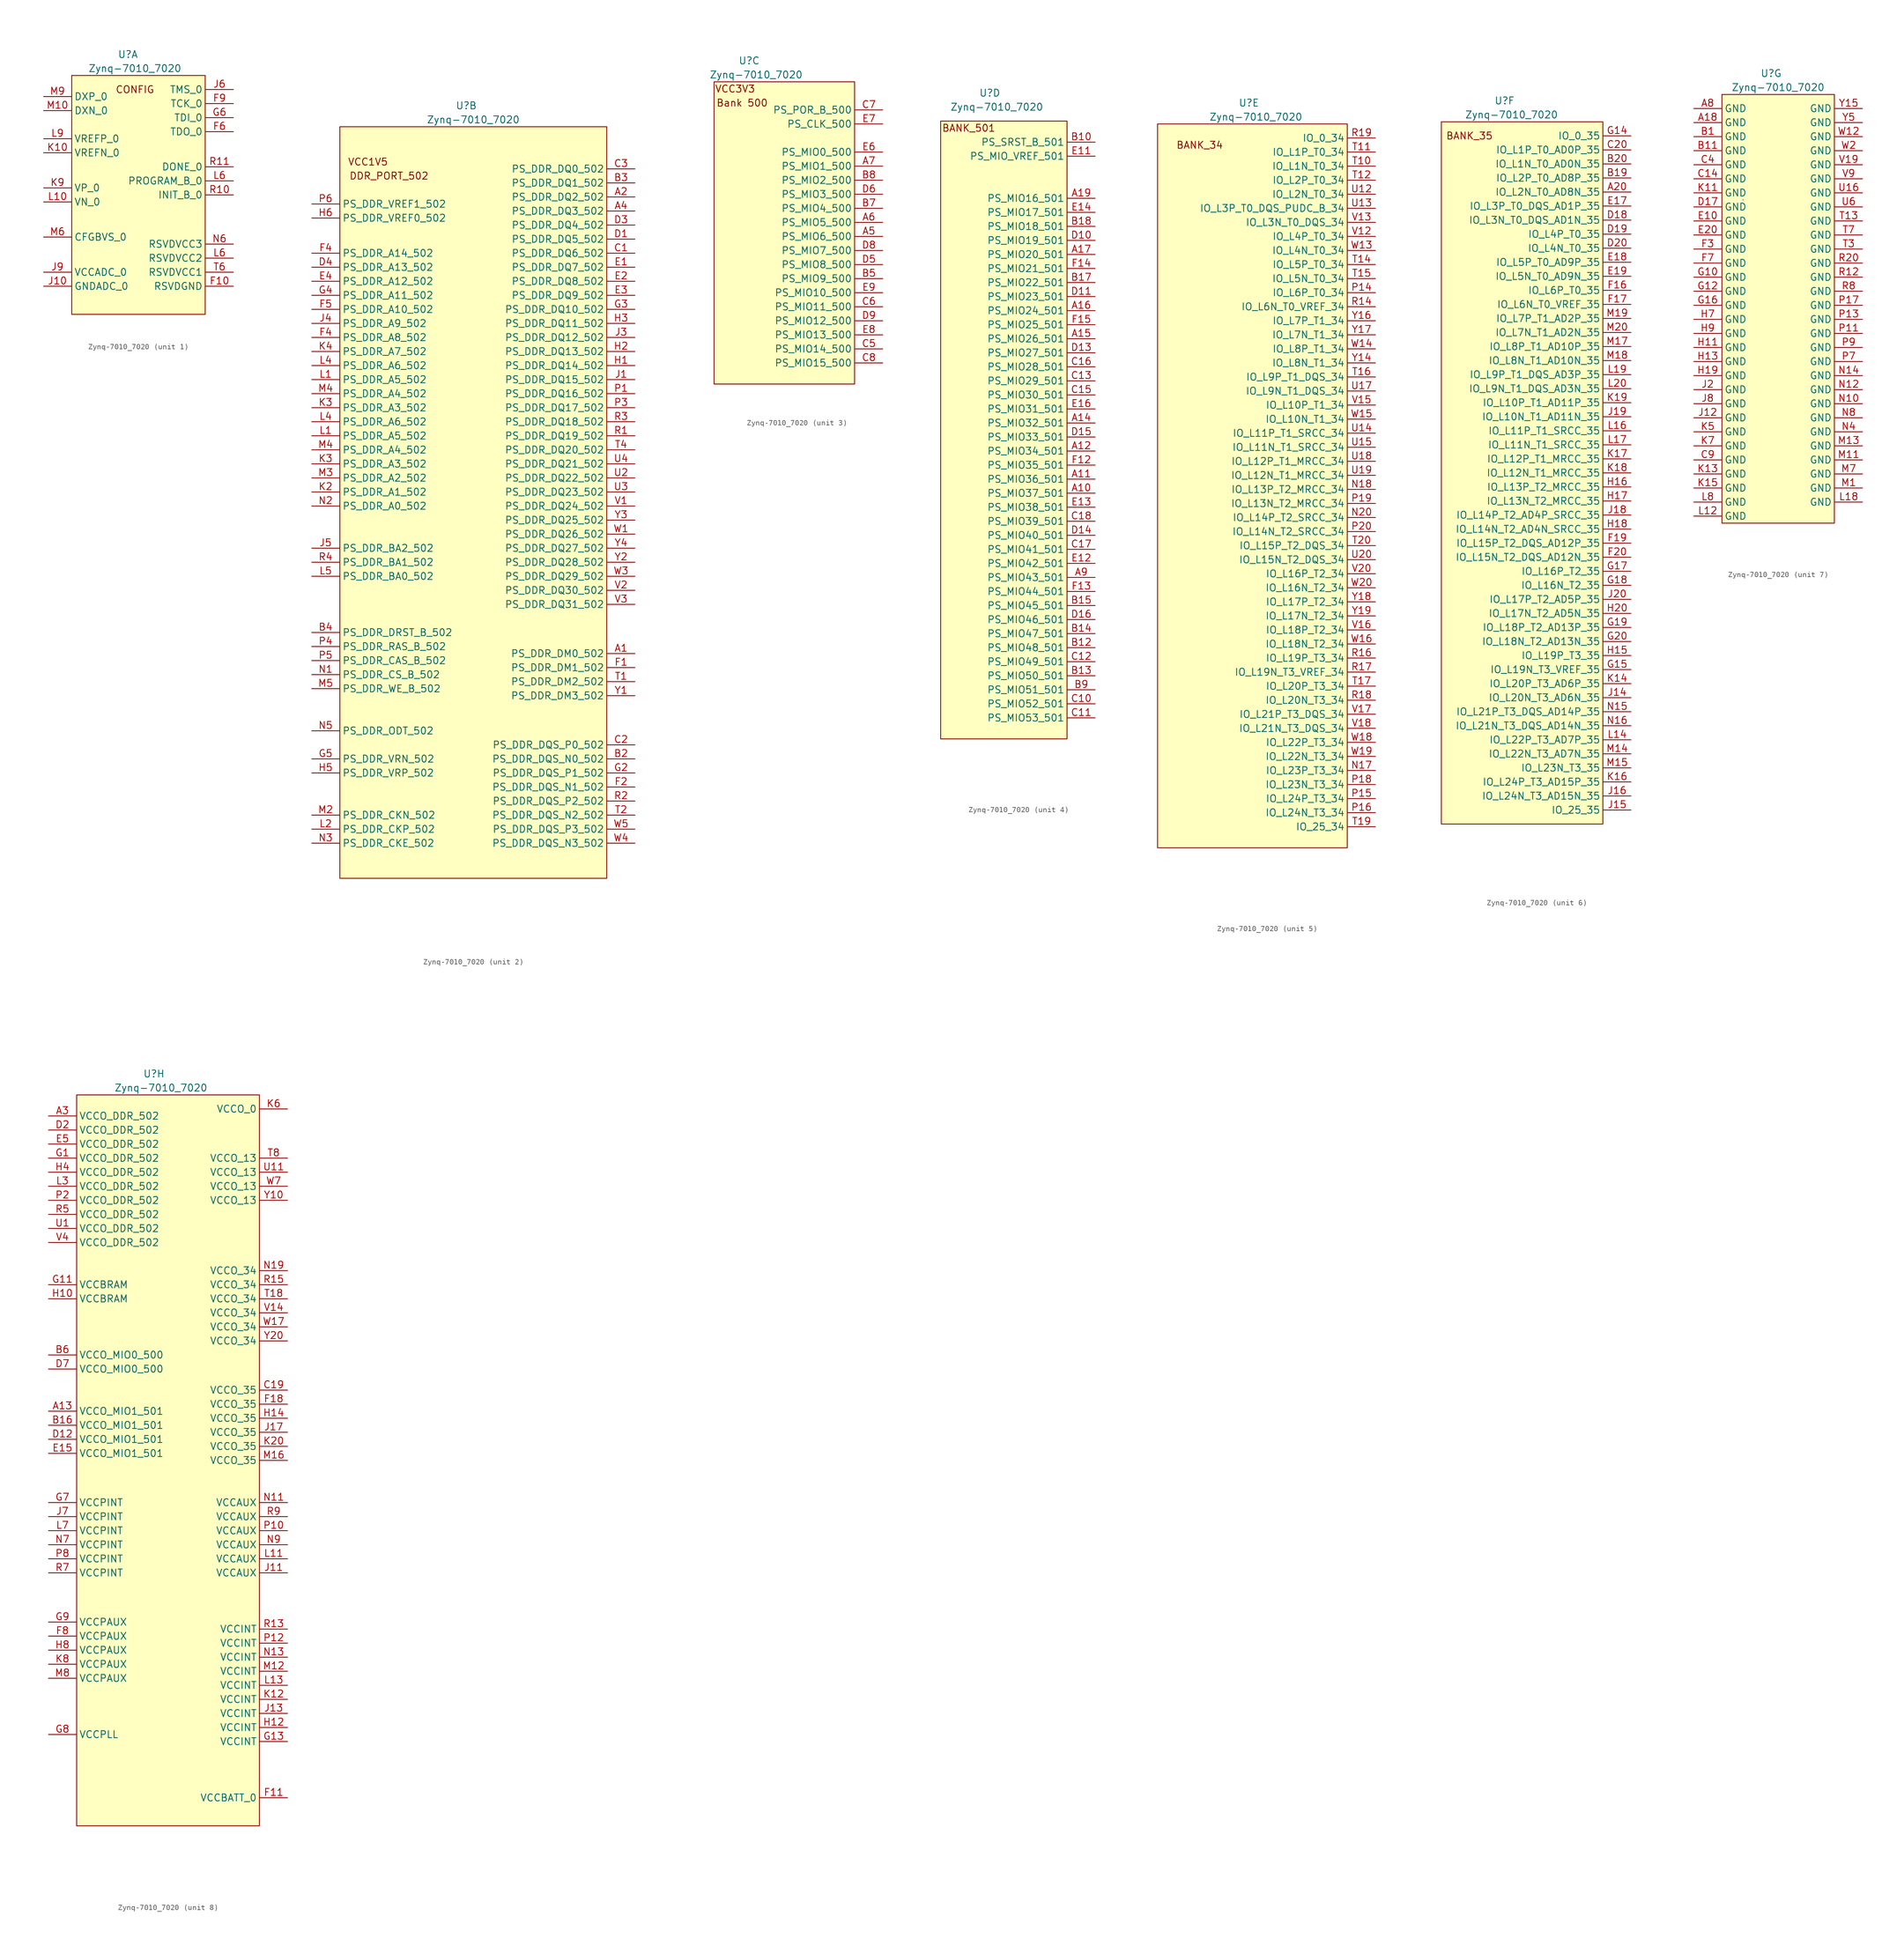
<source format=kicad_sym>
(kicad_symbol_lib
  (version 20211014)
  (generator kicad_symbol_editor)
  (symbol "Zynq-7010_7020"
    (property "Reference" "U"
      (at 0 1.27 0)
      (effects (font (size 1.27 1.27))))
    (property "Value" "Zynq-7010_7020"
      (at 1.27 -1.27 0)
      (effects (font (size 1.27 1.27))))
    (property "ki_locked" ""
      (at 0 0 0)
      (effects (font (size 1.27 1.27))))
    (symbol "Zynq-7010_7020_1_1"
      (rectangle (start -10.16 -2.54) (end 13.97 -45.72) (stroke (width 0.152) (type default) (color 0 0 0 0)) (fill (type background)))
      (text "CONFIG" (at 1.27 -5.08 0) (effects (font (size 1.27 1.27))))
      (pin input line (at 19.05 -40.64 180) (length 5) (name "RSVDGND" (effects (font (size 1.27 1.27)))) (number "F10" (effects (font (size 1.27 1.27)))))
      (pin input line (at 19.05 -12.7 180) (length 5) (name "TDO_0" (effects (font (size 1.27 1.27)))) (number "F6" (effects (font (size 1.27 1.27)))))
      (pin input line (at 19.05 -7.62 180) (length 5) (name "TCK_0" (effects (font (size 1.27 1.27)))) (number "F9" (effects (font (size 1.27 1.27)))))
      (pin input line (at 19.05 -10.16 180) (length 5) (name "TDI_0" (effects (font (size 1.27 1.27)))) (number "G6" (effects (font (size 1.27 1.27)))))
      (pin input line (at -15.24 -40.64 0) (length 5) (name "GNDADC_0" (effects (font (size 1.27 1.27)))) (number "J10" (effects (font (size 1.27 1.27)))))
      (pin input line (at 19.05 -5.08 180) (length 5) (name "TMS_0" (effects (font (size 1.27 1.27)))) (number "J6" (effects (font (size 1.27 1.27)))))
      (pin input line (at -15.24 -38.1 0) (length 5) (name "VCCADC_0" (effects (font (size 1.27 1.27)))) (number "J9" (effects (font (size 1.27 1.27)))))
      (pin input line (at -15.24 -16.51 0) (length 5) (name "VREFN_0" (effects (font (size 1.27 1.27)))) (number "K10" (effects (font (size 1.27 1.27)))))
      (pin input line (at -15.24 -22.86 0) (length 5) (name "VP_0" (effects (font (size 1.27 1.27)))) (number "K9" (effects (font (size 1.27 1.27)))))
      (pin input line (at -15.24 -25.4 0) (length 5) (name "VN_0" (effects (font (size 1.27 1.27)))) (number "L10" (effects (font (size 1.27 1.27)))))
      (pin input line (at 19.05 -21.59 180) (length 5) (name "PROGRAM_B_0" (effects (font (size 1.27 1.27)))) (number "L6" (effects (font (size 1.27 1.27)))))
      (pin input line (at 19.05 -35.56 180) (length 5) (name "RSVDVCC2" (effects (font (size 1.27 1.27)))) (number "L6" (effects (font (size 1.27 1.27)))))
      (pin input line (at -15.24 -13.97 0) (length 5) (name "VREFP_0" (effects (font (size 1.27 1.27)))) (number "L9" (effects (font (size 1.27 1.27)))))
      (pin input line (at -15.24 -8.89 0) (length 5) (name "DXN_0" (effects (font (size 1.27 1.27)))) (number "M10" (effects (font (size 1.27 1.27)))))
      (pin input line (at -15.24 -31.75 0) (length 5) (name "CFGBVS_0" (effects (font (size 1.27 1.27)))) (number "M6" (effects (font (size 1.27 1.27)))))
      (pin input line (at -15.24 -6.35 0) (length 5) (name "DXP_0" (effects (font (size 1.27 1.27)))) (number "M9" (effects (font (size 1.27 1.27)))))
      (pin input line (at 19.05 -33.02 180) (length 5) (name "RSVDVCC3" (effects (font (size 1.27 1.27)))) (number "N6" (effects (font (size 1.27 1.27)))))
      (pin input line (at 19.05 -24.13 180) (length 5) (name "INIT_B_0" (effects (font (size 1.27 1.27)))) (number "R10" (effects (font (size 1.27 1.27)))))
      (pin input line (at 19.05 -19.05 180) (length 5) (name "DONE_0" (effects (font (size 1.27 1.27)))) (number "R11" (effects (font (size 1.27 1.27)))))
      (pin input line (at 19.05 -38.1 180) (length 5) (name "RSVDVCC1" (effects (font (size 1.27 1.27)))) (number "T6" (effects (font (size 1.27 1.27))))))
    (symbol "Zynq-7010_7020_2_0"
      (text "DDR_PORT_502" (at -13.97 -11.43 0) (effects (font (size 1.27 1.27))))
      (text "VCC1V5" (at -17.78 -8.89 0) (effects (font (size 1.27 1.27)))))
    (symbol "Zynq-7010_7020_2_1"
      (rectangle (start -22.86 -2.54) (end 25.4 -138.43) (stroke (width 0.152) (type default) (color 0 0 0 0)) (fill (type background)))
      (pin input line (at 30.48 -97.79 180) (length 5) (name "PS_DDR_DM0_502" (effects (font (size 1.27 1.27)))) (number "A1" (effects (font (size 1.27 1.27)))))
      (pin input line (at 30.48 -15.24 180) (length 5) (name "PS_DDR_DQ2_502" (effects (font (size 1.27 1.27)))) (number "A2" (effects (font (size 1.27 1.27)))))
      (pin input line (at 30.48 -17.78 180) (length 5) (name "PS_DDR_DQ3_502" (effects (font (size 1.27 1.27)))) (number "A4" (effects (font (size 1.27 1.27)))))
      (pin input line (at 30.48 -116.84 180) (length 5) (name "PS_DDR_DQS_N0_502" (effects (font (size 1.27 1.27)))) (number "B2" (effects (font (size 1.27 1.27)))))
      (pin input line (at 30.48 -12.7 180) (length 5) (name "PS_DDR_DQ1_502" (effects (font (size 1.27 1.27)))) (number "B3" (effects (font (size 1.27 1.27)))))
      (pin input line (at -27.94 -93.98 0) (length 5) (name "PS_DDR_DRST_B_502" (effects (font (size 1.27 1.27)))) (number "B4" (effects (font (size 1.27 1.27)))))
      (pin input line (at 30.48 -25.4 180) (length 5) (name "PS_DDR_DQ6_502" (effects (font (size 1.27 1.27)))) (number "C1" (effects (font (size 1.27 1.27)))))
      (pin input line (at 30.48 -114.3 180) (length 5) (name "PS_DDR_DQS_P0_502" (effects (font (size 1.27 1.27)))) (number "C2" (effects (font (size 1.27 1.27)))))
      (pin input line (at 30.48 -10.16 180) (length 5) (name "PS_DDR_DQ0_502" (effects (font (size 1.27 1.27)))) (number "C3" (effects (font (size 1.27 1.27)))))
      (pin input line (at 30.48 -22.86 180) (length 5) (name "PS_DDR_DQ5_502" (effects (font (size 1.27 1.27)))) (number "D1" (effects (font (size 1.27 1.27)))))
      (pin input line (at 30.48 -20.32 180) (length 5) (name "PS_DDR_DQ4_502" (effects (font (size 1.27 1.27)))) (number "D3" (effects (font (size 1.27 1.27)))))
      (pin input line (at -27.94 -27.94 0) (length 5) (name "PS_DDR_A13_502" (effects (font (size 1.27 1.27)))) (number "D4" (effects (font (size 1.27 1.27)))))
      (pin input line (at 30.48 -27.94 180) (length 5) (name "PS_DDR_DQ7_502" (effects (font (size 1.27 1.27)))) (number "E1" (effects (font (size 1.27 1.27)))))
      (pin input line (at 30.48 -30.48 180) (length 5) (name "PS_DDR_DQ8_502" (effects (font (size 1.27 1.27)))) (number "E2" (effects (font (size 1.27 1.27)))))
      (pin input line (at 30.48 -33.02 180) (length 5) (name "PS_DDR_DQ9_502" (effects (font (size 1.27 1.27)))) (number "E3" (effects (font (size 1.27 1.27)))))
      (pin input line (at -27.94 -30.48 0) (length 5) (name "PS_DDR_A12_502" (effects (font (size 1.27 1.27)))) (number "E4" (effects (font (size 1.27 1.27)))))
      (pin input line (at 30.48 -100.33 180) (length 5) (name "PS_DDR_DM1_502" (effects (font (size 1.27 1.27)))) (number "F1" (effects (font (size 1.27 1.27)))))
      (pin input line (at 30.48 -121.92 180) (length 5) (name "PS_DDR_DQS_N1_502" (effects (font (size 1.27 1.27)))) (number "F2" (effects (font (size 1.27 1.27)))))
      (pin input line (at -27.94 -25.4 0) (length 5) (name "PS_DDR_A14_502" (effects (font (size 1.27 1.27)))) (number "F4" (effects (font (size 1.27 1.27)))))
      (pin input line (at -27.94 -40.64 0) (length 5) (name "PS_DDR_A8_502" (effects (font (size 1.27 1.27)))) (number "F4" (effects (font (size 1.27 1.27)))))
      (pin input line (at -27.94 -35.56 0) (length 5) (name "PS_DDR_A10_502" (effects (font (size 1.27 1.27)))) (number "F5" (effects (font (size 1.27 1.27)))))
      (pin input line (at 30.48 -119.38 180) (length 5) (name "PS_DDR_DQS_P1_502" (effects (font (size 1.27 1.27)))) (number "G2" (effects (font (size 1.27 1.27)))))
      (pin input line (at 30.48 -35.56 180) (length 5) (name "PS_DDR_DQ10_502" (effects (font (size 1.27 1.27)))) (number "G3" (effects (font (size 1.27 1.27)))))
      (pin input line (at -27.94 -33.02 0) (length 5) (name "PS_DDR_A11_502" (effects (font (size 1.27 1.27)))) (number "G4" (effects (font (size 1.27 1.27)))))
      (pin input line (at -27.94 -116.84 0) (length 5) (name "PS_DDR_VRN_502" (effects (font (size 1.27 1.27)))) (number "G5" (effects (font (size 1.27 1.27)))))
      (pin input line (at 30.48 -45.72 180) (length 5) (name "PS_DDR_DQ14_502" (effects (font (size 1.27 1.27)))) (number "H1" (effects (font (size 1.27 1.27)))))
      (pin input line (at 30.48 -43.18 180) (length 5) (name "PS_DDR_DQ13_502" (effects (font (size 1.27 1.27)))) (number "H2" (effects (font (size 1.27 1.27)))))
      (pin input line (at 30.48 -38.1 180) (length 5) (name "PS_DDR_DQ11_502" (effects (font (size 1.27 1.27)))) (number "H3" (effects (font (size 1.27 1.27)))))
      (pin input line (at -27.94 -119.38 0) (length 5) (name "PS_DDR_VRP_502" (effects (font (size 1.27 1.27)))) (number "H5" (effects (font (size 1.27 1.27)))))
      (pin input line (at -27.94 -19.05 0) (length 5) (name "PS_DDR_VREF0_502" (effects (font (size 1.27 1.27)))) (number "H6" (effects (font (size 1.27 1.27)))))
      (pin input line (at 30.48 -48.26 180) (length 5) (name "PS_DDR_DQ15_502" (effects (font (size 1.27 1.27)))) (number "J1" (effects (font (size 1.27 1.27)))))
      (pin input line (at 30.48 -40.64 180) (length 5) (name "PS_DDR_DQ12_502" (effects (font (size 1.27 1.27)))) (number "J3" (effects (font (size 1.27 1.27)))))
      (pin input line (at -27.94 -38.1 0) (length 5) (name "PS_DDR_A9_502" (effects (font (size 1.27 1.27)))) (number "J4" (effects (font (size 1.27 1.27)))))
      (pin input line (at -27.94 -78.74 0) (length 5) (name "PS_DDR_BA2_502" (effects (font (size 1.27 1.27)))) (number "J5" (effects (font (size 1.27 1.27)))))
      (pin input line (at -27.94 -68.58 0) (length 5) (name "PS_DDR_A1_502" (effects (font (size 1.27 1.27)))) (number "K2" (effects (font (size 1.27 1.27)))))
      (pin input line (at -27.94 -63.5 0) (length 5) (name "PS_DDR_A3_502" (effects (font (size 1.27 1.27)))) (number "K3" (effects (font (size 1.27 1.27)))))
      (pin input line (at -27.94 -53.34 0) (length 5) (name "PS_DDR_A3_502" (effects (font (size 1.27 1.27)))) (number "K3" (effects (font (size 1.27 1.27)))))
      (pin input line (at -27.94 -43.18 0) (length 5) (name "PS_DDR_A7_502" (effects (font (size 1.27 1.27)))) (number "K4" (effects (font (size 1.27 1.27)))))
      (pin input line (at -27.94 -58.42 0) (length 5) (name "PS_DDR_A5_502" (effects (font (size 1.27 1.27)))) (number "L1" (effects (font (size 1.27 1.27)))))
      (pin input line (at -27.94 -48.26 0) (length 5) (name "PS_DDR_A5_502" (effects (font (size 1.27 1.27)))) (number "L1" (effects (font (size 1.27 1.27)))))
      (pin input line (at -27.94 -129.54 0) (length 5) (name "PS_DDR_CKP_502" (effects (font (size 1.27 1.27)))) (number "L2" (effects (font (size 1.27 1.27)))))
      (pin input line (at -27.94 -55.88 0) (length 5) (name "PS_DDR_A6_502" (effects (font (size 1.27 1.27)))) (number "L4" (effects (font (size 1.27 1.27)))))
      (pin input line (at -27.94 -45.72 0) (length 5) (name "PS_DDR_A6_502" (effects (font (size 1.27 1.27)))) (number "L4" (effects (font (size 1.27 1.27)))))
      (pin input line (at -27.94 -83.82 0) (length 5) (name "PS_DDR_BA0_502" (effects (font (size 1.27 1.27)))) (number "L5" (effects (font (size 1.27 1.27)))))
      (pin input line (at -27.94 -127 0) (length 5) (name "PS_DDR_CKN_502" (effects (font (size 1.27 1.27)))) (number "M2" (effects (font (size 1.27 1.27)))))
      (pin input line (at -27.94 -66.04 0) (length 5) (name "PS_DDR_A2_502" (effects (font (size 1.27 1.27)))) (number "M3" (effects (font (size 1.27 1.27)))))
      (pin input line (at -27.94 -60.96 0) (length 5) (name "PS_DDR_A4_502" (effects (font (size 1.27 1.27)))) (number "M4" (effects (font (size 1.27 1.27)))))
      (pin input line (at -27.94 -50.8 0) (length 5) (name "PS_DDR_A4_502" (effects (font (size 1.27 1.27)))) (number "M4" (effects (font (size 1.27 1.27)))))
      (pin input line (at -27.94 -104.14 0) (length 5) (name "PS_DDR_WE_B_502" (effects (font (size 1.27 1.27)))) (number "M5" (effects (font (size 1.27 1.27)))))
      (pin input line (at -27.94 -101.6 0) (length 5) (name "PS_DDR_CS_B_502" (effects (font (size 1.27 1.27)))) (number "N1" (effects (font (size 1.27 1.27)))))
      (pin input line (at -27.94 -71.12 0) (length 5) (name "PS_DDR_A0_502" (effects (font (size 1.27 1.27)))) (number "N2" (effects (font (size 1.27 1.27)))))
      (pin input line (at -27.94 -132.08 0) (length 5) (name "PS_DDR_CKE_502" (effects (font (size 1.27 1.27)))) (number "N3" (effects (font (size 1.27 1.27)))))
      (pin input line (at -27.94 -111.76 0) (length 5) (name "PS_DDR_ODT_502" (effects (font (size 1.27 1.27)))) (number "N5" (effects (font (size 1.27 1.27)))))
      (pin input line (at 30.48 -50.8 180) (length 5) (name "PS_DDR_DQ16_502" (effects (font (size 1.27 1.27)))) (number "P1" (effects (font (size 1.27 1.27)))))
      (pin input line (at 30.48 -53.34 180) (length 5) (name "PS_DDR_DQ17_502" (effects (font (size 1.27 1.27)))) (number "P3" (effects (font (size 1.27 1.27)))))
      (pin input line (at -27.94 -96.52 0) (length 5) (name "PS_DDR_RAS_B_502" (effects (font (size 1.27 1.27)))) (number "P4" (effects (font (size 1.27 1.27)))))
      (pin input line (at -27.94 -99.06 0) (length 5) (name "PS_DDR_CAS_B_502" (effects (font (size 1.27 1.27)))) (number "P5" (effects (font (size 1.27 1.27)))))
      (pin input line (at -27.94 -16.51 0) (length 5) (name "PS_DDR_VREF1_502" (effects (font (size 1.27 1.27)))) (number "P6" (effects (font (size 1.27 1.27)))))
      (pin input line (at 30.48 -58.42 180) (length 5) (name "PS_DDR_DQ19_502" (effects (font (size 1.27 1.27)))) (number "R1" (effects (font (size 1.27 1.27)))))
      (pin input line (at 30.48 -124.46 180) (length 5) (name "PS_DDR_DQS_P2_502" (effects (font (size 1.27 1.27)))) (number "R2" (effects (font (size 1.27 1.27)))))
      (pin input line (at 30.48 -55.88 180) (length 5) (name "PS_DDR_DQ18_502" (effects (font (size 1.27 1.27)))) (number "R3" (effects (font (size 1.27 1.27)))))
      (pin input line (at -27.94 -81.28 0) (length 5) (name "PS_DDR_BA1_502" (effects (font (size 1.27 1.27)))) (number "R4" (effects (font (size 1.27 1.27)))))
      (pin input line (at 30.48 -102.87 180) (length 5) (name "PS_DDR_DM2_502" (effects (font (size 1.27 1.27)))) (number "T1" (effects (font (size 1.27 1.27)))))
      (pin input line (at 30.48 -127 180) (length 5) (name "PS_DDR_DQS_N2_502" (effects (font (size 1.27 1.27)))) (number "T2" (effects (font (size 1.27 1.27)))))
      (pin input line (at 30.48 -60.96 180) (length 5) (name "PS_DDR_DQ20_502" (effects (font (size 1.27 1.27)))) (number "T4" (effects (font (size 1.27 1.27)))))
      (pin input line (at 30.48 -66.04 180) (length 5) (name "PS_DDR_DQ22_502" (effects (font (size 1.27 1.27)))) (number "U2" (effects (font (size 1.27 1.27)))))
      (pin input line (at 30.48 -68.58 180) (length 5) (name "PS_DDR_DQ23_502" (effects (font (size 1.27 1.27)))) (number "U3" (effects (font (size 1.27 1.27)))))
      (pin input line (at 30.48 -63.5 180) (length 5) (name "PS_DDR_DQ21_502" (effects (font (size 1.27 1.27)))) (number "U4" (effects (font (size 1.27 1.27)))))
      (pin input line (at 30.48 -71.12 180) (length 5) (name "PS_DDR_DQ24_502" (effects (font (size 1.27 1.27)))) (number "V1" (effects (font (size 1.27 1.27)))))
      (pin input line (at 30.48 -86.36 180) (length 5) (name "PS_DDR_DQ30_502" (effects (font (size 1.27 1.27)))) (number "V2" (effects (font (size 1.27 1.27)))))
      (pin input line (at 30.48 -88.9 180) (length 5) (name "PS_DDR_DQ31_502" (effects (font (size 1.27 1.27)))) (number "V3" (effects (font (size 1.27 1.27)))))
      (pin input line (at 30.48 -76.2 180) (length 5) (name "PS_DDR_DQ26_502" (effects (font (size 1.27 1.27)))) (number "W1" (effects (font (size 1.27 1.27)))))
      (pin input line (at 30.48 -83.82 180) (length 5) (name "PS_DDR_DQ29_502" (effects (font (size 1.27 1.27)))) (number "W3" (effects (font (size 1.27 1.27)))))
      (pin input line (at 30.48 -132.08 180) (length 5) (name "PS_DDR_DQS_N3_502" (effects (font (size 1.27 1.27)))) (number "W4" (effects (font (size 1.27 1.27)))))
      (pin input line (at 30.48 -129.54 180) (length 5) (name "PS_DDR_DQS_P3_502" (effects (font (size 1.27 1.27)))) (number "W5" (effects (font (size 1.27 1.27)))))
      (pin input line (at 30.48 -105.41 180) (length 5) (name "PS_DDR_DM3_502" (effects (font (size 1.27 1.27)))) (number "Y1" (effects (font (size 1.27 1.27)))))
      (pin input line (at 30.48 -81.28 180) (length 5) (name "PS_DDR_DQ28_502" (effects (font (size 1.27 1.27)))) (number "Y2" (effects (font (size 1.27 1.27)))))
      (pin input line (at 30.48 -73.66 180) (length 5) (name "PS_DDR_DQ25_502" (effects (font (size 1.27 1.27)))) (number "Y3" (effects (font (size 1.27 1.27)))))
      (pin input line (at 30.48 -78.74 180) (length 5) (name "PS_DDR_DQ27_502" (effects (font (size 1.27 1.27)))) (number "Y4" (effects (font (size 1.27 1.27))))))
    (symbol "Zynq-7010_7020_3_0"
      (text "Bank 500" (at -1.27 -6.35 0) (effects (font (size 1.27 1.27))))
      (text "VCC3V3" (at -2.54 -3.81 0) (effects (font (size 1.27 1.27)))))
    (symbol "Zynq-7010_7020_3_1"
      (rectangle (start -6.35 -2.54) (end 19.05 -57.15) (stroke (width 0.152) (type default) (color 0 0 0 0)) (fill (type background)))
      (pin input line (at 24.13 -30.48 180) (length 5) (name "PS_MIO6_500" (effects (font (size 1.27 1.27)))) (number "A5" (effects (font (size 1.27 1.27)))))
      (pin input line (at 24.13 -27.94 180) (length 5) (name "PS_MIO5_500" (effects (font (size 1.27 1.27)))) (number "A6" (effects (font (size 1.27 1.27)))))
      (pin input line (at 24.13 -17.78 180) (length 5) (name "PS_MIO1_500" (effects (font (size 1.27 1.27)))) (number "A7" (effects (font (size 1.27 1.27)))))
      (pin input line (at 24.13 -38.1 180) (length 5) (name "PS_MIO9_500" (effects (font (size 1.27 1.27)))) (number "B5" (effects (font (size 1.27 1.27)))))
      (pin input line (at 24.13 -25.4 180) (length 5) (name "PS_MIO4_500" (effects (font (size 1.27 1.27)))) (number "B7" (effects (font (size 1.27 1.27)))))
      (pin input line (at 24.13 -20.32 180) (length 5) (name "PS_MIO2_500" (effects (font (size 1.27 1.27)))) (number "B8" (effects (font (size 1.27 1.27)))))
      (pin input line (at 24.13 -50.8 180) (length 5) (name "PS_MIO14_500" (effects (font (size 1.27 1.27)))) (number "C5" (effects (font (size 1.27 1.27)))))
      (pin input line (at 24.13 -43.18 180) (length 5) (name "PS_MIO11_500" (effects (font (size 1.27 1.27)))) (number "C6" (effects (font (size 1.27 1.27)))))
      (pin input line (at 24.13 -7.62 180) (length 5) (name "PS_POR_B_500" (effects (font (size 1.27 1.27)))) (number "C7" (effects (font (size 1.27 1.27)))))
      (pin input line (at 24.13 -53.34 180) (length 5) (name "PS_MIO15_500" (effects (font (size 1.27 1.27)))) (number "C8" (effects (font (size 1.27 1.27)))))
      (pin input line (at 24.13 -35.56 180) (length 5) (name "PS_MIO8_500" (effects (font (size 1.27 1.27)))) (number "D5" (effects (font (size 1.27 1.27)))))
      (pin input line (at 24.13 -22.86 180) (length 5) (name "PS_MIO3_500" (effects (font (size 1.27 1.27)))) (number "D6" (effects (font (size 1.27 1.27)))))
      (pin input line (at 24.13 -33.02 180) (length 5) (name "PS_MIO7_500" (effects (font (size 1.27 1.27)))) (number "D8" (effects (font (size 1.27 1.27)))))
      (pin input line (at 24.13 -45.72 180) (length 5) (name "PS_MIO12_500" (effects (font (size 1.27 1.27)))) (number "D9" (effects (font (size 1.27 1.27)))))
      (pin input line (at 24.13 -15.24 180) (length 5) (name "PS_MIO0_500" (effects (font (size 1.27 1.27)))) (number "E6" (effects (font (size 1.27 1.27)))))
      (pin input line (at 24.13 -10.16 180) (length 5) (name "PS_CLK_500" (effects (font (size 1.27 1.27)))) (number "E7" (effects (font (size 1.27 1.27)))))
      (pin input line (at 24.13 -48.26 180) (length 5) (name "PS_MIO13_500" (effects (font (size 1.27 1.27)))) (number "E8" (effects (font (size 1.27 1.27)))))
      (pin input line (at 24.13 -40.64 180) (length 5) (name "PS_MIO10_500" (effects (font (size 1.27 1.27)))) (number "E9" (effects (font (size 1.27 1.27))))))
    (symbol "Zynq-7010_7020_4_0"
      (rectangle (start -8.89 -3.81) (end 13.97 -115.57) (stroke (width 0.152) (type default) (color 0 0 0 0)) (fill (type background)))
      (text "BANK_501" (at -3.81 -5.08 0) (effects (font (size 1.27 1.27)))))
    (symbol "Zynq-7010_7020_4_1"
      (pin input line (at 19.05 -71.12 180) (length 5) (name "PS_MIO37_501" (effects (font (size 1.27 1.27)))) (number "A10" (effects (font (size 1.27 1.27)))))
      (pin input line (at 19.05 -68.58 180) (length 5) (name "PS_MIO36_501" (effects (font (size 1.27 1.27)))) (number "A11" (effects (font (size 1.27 1.27)))))
      (pin input line (at 19.05 -63.5 180) (length 5) (name "PS_MIO34_501" (effects (font (size 1.27 1.27)))) (number "A12" (effects (font (size 1.27 1.27)))))
      (pin input line (at 19.05 -58.42 180) (length 5) (name "PS_MIO32_501" (effects (font (size 1.27 1.27)))) (number "A14" (effects (font (size 1.27 1.27)))))
      (pin input line (at 19.05 -43.18 180) (length 5) (name "PS_MIO26_501" (effects (font (size 1.27 1.27)))) (number "A15" (effects (font (size 1.27 1.27)))))
      (pin input line (at 19.05 -38.1 180) (length 5) (name "PS_MIO24_501" (effects (font (size 1.27 1.27)))) (number "A16" (effects (font (size 1.27 1.27)))))
      (pin input line (at 19.05 -27.94 180) (length 5) (name "PS_MIO20_501" (effects (font (size 1.27 1.27)))) (number "A17" (effects (font (size 1.27 1.27)))))
      (pin input line (at 19.05 -17.78 180) (length 5) (name "PS_MIO16_501" (effects (font (size 1.27 1.27)))) (number "A19" (effects (font (size 1.27 1.27)))))
      (pin input line (at 19.05 -86.36 180) (length 5) (name "PS_MIO43_501" (effects (font (size 1.27 1.27)))) (number "A9" (effects (font (size 1.27 1.27)))))
      (pin input line (at 19.05 -7.62 180) (length 5) (name "PS_SRST_B_501" (effects (font (size 1.27 1.27)))) (number "B10" (effects (font (size 1.27 1.27)))))
      (pin input line (at 19.05 -99.06 180) (length 5) (name "PS_MIO48_501" (effects (font (size 1.27 1.27)))) (number "B12" (effects (font (size 1.27 1.27)))))
      (pin input line (at 19.05 -104.14 180) (length 5) (name "PS_MIO50_501" (effects (font (size 1.27 1.27)))) (number "B13" (effects (font (size 1.27 1.27)))))
      (pin input line (at 19.05 -96.52 180) (length 5) (name "PS_MIO47_501" (effects (font (size 1.27 1.27)))) (number "B14" (effects (font (size 1.27 1.27)))))
      (pin input line (at 19.05 -91.44 180) (length 5) (name "PS_MIO45_501" (effects (font (size 1.27 1.27)))) (number "B15" (effects (font (size 1.27 1.27)))))
      (pin input line (at 19.05 -33.02 180) (length 5) (name "PS_MIO22_501" (effects (font (size 1.27 1.27)))) (number "B17" (effects (font (size 1.27 1.27)))))
      (pin input line (at 19.05 -22.86 180) (length 5) (name "PS_MIO18_501" (effects (font (size 1.27 1.27)))) (number "B18" (effects (font (size 1.27 1.27)))))
      (pin input line (at 19.05 -106.68 180) (length 5) (name "PS_MIO51_501" (effects (font (size 1.27 1.27)))) (number "B9" (effects (font (size 1.27 1.27)))))
      (pin input line (at 19.05 -109.22 180) (length 5) (name "PS_MIO52_501" (effects (font (size 1.27 1.27)))) (number "C10" (effects (font (size 1.27 1.27)))))
      (pin input line (at 19.05 -111.76 180) (length 5) (name "PS_MIO53_501" (effects (font (size 1.27 1.27)))) (number "C11" (effects (font (size 1.27 1.27)))))
      (pin input line (at 19.05 -101.6 180) (length 5) (name "PS_MIO49_501" (effects (font (size 1.27 1.27)))) (number "C12" (effects (font (size 1.27 1.27)))))
      (pin input line (at 19.05 -50.8 180) (length 5) (name "PS_MIO29_501" (effects (font (size 1.27 1.27)))) (number "C13" (effects (font (size 1.27 1.27)))))
      (pin input line (at 19.05 -53.34 180) (length 5) (name "PS_MIO30_501" (effects (font (size 1.27 1.27)))) (number "C15" (effects (font (size 1.27 1.27)))))
      (pin input line (at 19.05 -48.26 180) (length 5) (name "PS_MIO28_501" (effects (font (size 1.27 1.27)))) (number "C16" (effects (font (size 1.27 1.27)))))
      (pin input line (at 19.05 -81.28 180) (length 5) (name "PS_MIO41_501" (effects (font (size 1.27 1.27)))) (number "C17" (effects (font (size 1.27 1.27)))))
      (pin input line (at 19.05 -76.2 180) (length 5) (name "PS_MIO39_501" (effects (font (size 1.27 1.27)))) (number "C18" (effects (font (size 1.27 1.27)))))
      (pin input line (at 19.05 -25.4 180) (length 5) (name "PS_MIO19_501" (effects (font (size 1.27 1.27)))) (number "D10" (effects (font (size 1.27 1.27)))))
      (pin input line (at 19.05 -35.56 180) (length 5) (name "PS_MIO23_501" (effects (font (size 1.27 1.27)))) (number "D11" (effects (font (size 1.27 1.27)))))
      (pin input line (at 19.05 -45.72 180) (length 5) (name "PS_MIO27_501" (effects (font (size 1.27 1.27)))) (number "D13" (effects (font (size 1.27 1.27)))))
      (pin input line (at 19.05 -78.74 180) (length 5) (name "PS_MIO40_501" (effects (font (size 1.27 1.27)))) (number "D14" (effects (font (size 1.27 1.27)))))
      (pin input line (at 19.05 -60.96 180) (length 5) (name "PS_MIO33_501" (effects (font (size 1.27 1.27)))) (number "D15" (effects (font (size 1.27 1.27)))))
      (pin input line (at 19.05 -93.98 180) (length 5) (name "PS_MIO46_501" (effects (font (size 1.27 1.27)))) (number "D16" (effects (font (size 1.27 1.27)))))
      (pin input line (at 19.05 -10.16 180) (length 5) (name "PS_MIO_VREF_501" (effects (font (size 1.27 1.27)))) (number "E11" (effects (font (size 1.27 1.27)))))
      (pin input line (at 19.05 -83.82 180) (length 5) (name "PS_MIO42_501" (effects (font (size 1.27 1.27)))) (number "E12" (effects (font (size 1.27 1.27)))))
      (pin input line (at 19.05 -73.66 180) (length 5) (name "PS_MIO38_501" (effects (font (size 1.27 1.27)))) (number "E13" (effects (font (size 1.27 1.27)))))
      (pin input line (at 19.05 -20.32 180) (length 5) (name "PS_MIO17_501" (effects (font (size 1.27 1.27)))) (number "E14" (effects (font (size 1.27 1.27)))))
      (pin input line (at 19.05 -55.88 180) (length 5) (name "PS_MIO31_501" (effects (font (size 1.27 1.27)))) (number "E16" (effects (font (size 1.27 1.27)))))
      (pin input line (at 19.05 -66.04 180) (length 5) (name "PS_MIO35_501" (effects (font (size 1.27 1.27)))) (number "F12" (effects (font (size 1.27 1.27)))))
      (pin input line (at 19.05 -88.9 180) (length 5) (name "PS_MIO44_501" (effects (font (size 1.27 1.27)))) (number "F13" (effects (font (size 1.27 1.27)))))
      (pin input line (at 19.05 -30.48 180) (length 5) (name "PS_MIO21_501" (effects (font (size 1.27 1.27)))) (number "F14" (effects (font (size 1.27 1.27)))))
      (pin input line (at 19.05 -40.64 180) (length 5) (name "PS_MIO25_501" (effects (font (size 1.27 1.27)))) (number "F15" (effects (font (size 1.27 1.27))))))
    (symbol "Zynq-7010_7020_5_0"
      (rectangle (start -16.51 -2.54) (end 17.78 -133.35) (stroke (width 0.152) (type default) (color 0 0 0 0)) (fill (type background)))
      (text "BANK_34" (at -8.89 -6.35 0) (effects (font (size 1.27 1.27)))))
    (symbol "Zynq-7010_7020_5_1"
      (pin input line (at 22.86 -119.38 180) (length 5) (name "IO_L23P_T3_34" (effects (font (size 1.27 1.27)))) (number "N17" (effects (font (size 1.27 1.27)))))
      (pin input line (at 22.86 -68.58 180) (length 5) (name "IO_L13P_T2_MRCC_34" (effects (font (size 1.27 1.27)))) (number "N18" (effects (font (size 1.27 1.27)))))
      (pin input line (at 22.86 -73.66 180) (length 5) (name "IO_L14P_T2_SRCC_34" (effects (font (size 1.27 1.27)))) (number "N20" (effects (font (size 1.27 1.27)))))
      (pin input line (at 22.86 -33.02 180) (length 5) (name "IO_L6P_T0_34" (effects (font (size 1.27 1.27)))) (number "P14" (effects (font (size 1.27 1.27)))))
      (pin input line (at 22.86 -124.46 180) (length 5) (name "IO_L24P_T3_34" (effects (font (size 1.27 1.27)))) (number "P15" (effects (font (size 1.27 1.27)))))
      (pin input line (at 22.86 -127 180) (length 5) (name "IO_L24N_T3_34" (effects (font (size 1.27 1.27)))) (number "P16" (effects (font (size 1.27 1.27)))))
      (pin input line (at 22.86 -121.92 180) (length 5) (name "IO_L23N_T3_34" (effects (font (size 1.27 1.27)))) (number "P18" (effects (font (size 1.27 1.27)))))
      (pin input line (at 22.86 -71.12 180) (length 5) (name "IO_L13N_T2_MRCC_34" (effects (font (size 1.27 1.27)))) (number "P19" (effects (font (size 1.27 1.27)))))
      (pin input line (at 22.86 -76.2 180) (length 5) (name "IO_L14N_T2_SRCC_34" (effects (font (size 1.27 1.27)))) (number "P20" (effects (font (size 1.27 1.27)))))
      (pin input line (at 22.86 -35.56 180) (length 5) (name "IO_L6N_T0_VREF_34" (effects (font (size 1.27 1.27)))) (number "R14" (effects (font (size 1.27 1.27)))))
      (pin input line (at 22.86 -99.06 180) (length 5) (name "IO_L19P_T3_34" (effects (font (size 1.27 1.27)))) (number "R16" (effects (font (size 1.27 1.27)))))
      (pin input line (at 22.86 -101.6 180) (length 5) (name "IO_L19N_T3_VREF_34" (effects (font (size 1.27 1.27)))) (number "R17" (effects (font (size 1.27 1.27)))))
      (pin input line (at 22.86 -106.68 180) (length 5) (name "IO_L20N_T3_34" (effects (font (size 1.27 1.27)))) (number "R18" (effects (font (size 1.27 1.27)))))
      (pin input line (at 22.86 -5.08 180) (length 5) (name "IO_0_34" (effects (font (size 1.27 1.27)))) (number "R19" (effects (font (size 1.27 1.27)))))
      (pin input line (at 22.86 -10.16 180) (length 5) (name "IO_L1N_T0_34" (effects (font (size 1.27 1.27)))) (number "T10" (effects (font (size 1.27 1.27)))))
      (pin input line (at 22.86 -7.62 180) (length 5) (name "IO_L1P_T0_34" (effects (font (size 1.27 1.27)))) (number "T11" (effects (font (size 1.27 1.27)))))
      (pin input line (at 22.86 -12.7 180) (length 5) (name "IO_L2P_T0_34" (effects (font (size 1.27 1.27)))) (number "T12" (effects (font (size 1.27 1.27)))))
      (pin input line (at 22.86 -27.94 180) (length 5) (name "IO_L5P_T0_34" (effects (font (size 1.27 1.27)))) (number "T14" (effects (font (size 1.27 1.27)))))
      (pin input line (at 22.86 -30.48 180) (length 5) (name "IO_L5N_T0_34" (effects (font (size 1.27 1.27)))) (number "T15" (effects (font (size 1.27 1.27)))))
      (pin input line (at 22.86 -48.26 180) (length 5) (name "IO_L9P_T1_DQS_34" (effects (font (size 1.27 1.27)))) (number "T16" (effects (font (size 1.27 1.27)))))
      (pin input line (at 22.86 -104.14 180) (length 5) (name "IO_L20P_T3_34" (effects (font (size 1.27 1.27)))) (number "T17" (effects (font (size 1.27 1.27)))))
      (pin input line (at 22.86 -129.54 180) (length 5) (name "IO_25_34" (effects (font (size 1.27 1.27)))) (number "T19" (effects (font (size 1.27 1.27)))))
      (pin input line (at 22.86 -78.74 180) (length 5) (name "IO_L15P_T2_DQS_34" (effects (font (size 1.27 1.27)))) (number "T20" (effects (font (size 1.27 1.27)))))
      (pin input line (at 22.86 -15.24 180) (length 5) (name "IO_L2N_T0_34" (effects (font (size 1.27 1.27)))) (number "U12" (effects (font (size 1.27 1.27)))))
      (pin input line (at 22.86 -17.78 180) (length 5) (name "IO_L3P_T0_DQS_PUDC_B_34" (effects (font (size 1.27 1.27)))) (number "U13" (effects (font (size 1.27 1.27)))))
      (pin input line (at 22.86 -58.42 180) (length 5) (name "IO_L11P_T1_SRCC_34" (effects (font (size 1.27 1.27)))) (number "U14" (effects (font (size 1.27 1.27)))))
      (pin input line (at 22.86 -60.96 180) (length 5) (name "IO_L11N_T1_SRCC_34" (effects (font (size 1.27 1.27)))) (number "U15" (effects (font (size 1.27 1.27)))))
      (pin input line (at 22.86 -50.8 180) (length 5) (name "IO_L9N_T1_DQS_34" (effects (font (size 1.27 1.27)))) (number "U17" (effects (font (size 1.27 1.27)))))
      (pin input line (at 22.86 -63.5 180) (length 5) (name "IO_L12P_T1_MRCC_34" (effects (font (size 1.27 1.27)))) (number "U18" (effects (font (size 1.27 1.27)))))
      (pin input line (at 22.86 -66.04 180) (length 5) (name "IO_L12N_T1_MRCC_34" (effects (font (size 1.27 1.27)))) (number "U19" (effects (font (size 1.27 1.27)))))
      (pin input line (at 22.86 -81.28 180) (length 5) (name "IO_L15N_T2_DQS_34" (effects (font (size 1.27 1.27)))) (number "U20" (effects (font (size 1.27 1.27)))))
      (pin input line (at 22.86 -22.86 180) (length 5) (name "IO_L4P_T0_34" (effects (font (size 1.27 1.27)))) (number "V12" (effects (font (size 1.27 1.27)))))
      (pin input line (at 22.86 -20.32 180) (length 5) (name "IO_L3N_T0_DQS_34" (effects (font (size 1.27 1.27)))) (number "V13" (effects (font (size 1.27 1.27)))))
      (pin input line (at 22.86 -53.34 180) (length 5) (name "IO_L10P_T1_34" (effects (font (size 1.27 1.27)))) (number "V15" (effects (font (size 1.27 1.27)))))
      (pin input line (at 22.86 -93.98 180) (length 5) (name "IO_L18P_T2_34" (effects (font (size 1.27 1.27)))) (number "V16" (effects (font (size 1.27 1.27)))))
      (pin input line (at 22.86 -109.22 180) (length 5) (name "IO_L21P_T3_DQS_34" (effects (font (size 1.27 1.27)))) (number "V17" (effects (font (size 1.27 1.27)))))
      (pin input line (at 22.86 -111.76 180) (length 5) (name "IO_L21N_T3_DQS_34" (effects (font (size 1.27 1.27)))) (number "V18" (effects (font (size 1.27 1.27)))))
      (pin input line (at 22.86 -83.82 180) (length 5) (name "IO_L16P_T2_34" (effects (font (size 1.27 1.27)))) (number "V20" (effects (font (size 1.27 1.27)))))
      (pin input line (at 22.86 -25.4 180) (length 5) (name "IO_L4N_T0_34" (effects (font (size 1.27 1.27)))) (number "W13" (effects (font (size 1.27 1.27)))))
      (pin input line (at 22.86 -43.18 180) (length 5) (name "IO_L8P_T1_34" (effects (font (size 1.27 1.27)))) (number "W14" (effects (font (size 1.27 1.27)))))
      (pin input line (at 22.86 -55.88 180) (length 5) (name "IO_L10N_T1_34" (effects (font (size 1.27 1.27)))) (number "W15" (effects (font (size 1.27 1.27)))))
      (pin input line (at 22.86 -96.52 180) (length 5) (name "IO_L18N_T2_34" (effects (font (size 1.27 1.27)))) (number "W16" (effects (font (size 1.27 1.27)))))
      (pin input line (at 22.86 -114.3 180) (length 5) (name "IO_L22P_T3_34" (effects (font (size 1.27 1.27)))) (number "W18" (effects (font (size 1.27 1.27)))))
      (pin input line (at 22.86 -116.84 180) (length 5) (name "IO_L22N_T3_34" (effects (font (size 1.27 1.27)))) (number "W19" (effects (font (size 1.27 1.27)))))
      (pin input line (at 22.86 -86.36 180) (length 5) (name "IO_L16N_T2_34" (effects (font (size 1.27 1.27)))) (number "W20" (effects (font (size 1.27 1.27)))))
      (pin input line (at 22.86 -45.72 180) (length 5) (name "IO_L8N_T1_34" (effects (font (size 1.27 1.27)))) (number "Y14" (effects (font (size 1.27 1.27)))))
      (pin input line (at 22.86 -38.1 180) (length 5) (name "IO_L7P_T1_34" (effects (font (size 1.27 1.27)))) (number "Y16" (effects (font (size 1.27 1.27)))))
      (pin input line (at 22.86 -40.64 180) (length 5) (name "IO_L7N_T1_34" (effects (font (size 1.27 1.27)))) (number "Y17" (effects (font (size 1.27 1.27)))))
      (pin input line (at 22.86 -88.9 180) (length 5) (name "IO_L17P_T2_34" (effects (font (size 1.27 1.27)))) (number "Y18" (effects (font (size 1.27 1.27)))))
      (pin input line (at 22.86 -91.44 180) (length 5) (name "IO_L17N_T2_34" (effects (font (size 1.27 1.27)))) (number "Y19" (effects (font (size 1.27 1.27))))))
    (symbol "Zynq-7010_7020_6_0"
      (rectangle (start -11.43 -2.54) (end 17.78 -129.54) (stroke (width 0.152) (type default) (color 0 0 0 0)) (fill (type background)))
      (rectangle (start 19.05 -81.28) (end 19.05 -81.28) (stroke (width 0.152) (type default) (color 0 0 0 0)) (fill (type none)))
      (text "BANK_35" (at -6.35 -5.08 0) (effects (font (size 1.27 1.27)))))
    (symbol "Zynq-7010_7020_6_1"
      (pin input line (at 22.86 -15.24 180) (length 5) (name "IO_L2N_T0_AD8N_35" (effects (font (size 1.27 1.27)))) (number "A20" (effects (font (size 1.27 1.27)))))
      (pin input line (at 22.86 -12.7 180) (length 5) (name "IO_L2P_T0_AD8P_35" (effects (font (size 1.27 1.27)))) (number "B19" (effects (font (size 1.27 1.27)))))
      (pin input line (at 22.86 -10.16 180) (length 5) (name "IO_L1N_T0_AD0N_35" (effects (font (size 1.27 1.27)))) (number "B20" (effects (font (size 1.27 1.27)))))
      (pin input line (at 22.86 -7.62 180) (length 5) (name "IO_L1P_T0_AD0P_35" (effects (font (size 1.27 1.27)))) (number "C20" (effects (font (size 1.27 1.27)))))
      (pin input line (at 22.86 -20.32 180) (length 5) (name "IO_L3N_T0_DQS_AD1N_35" (effects (font (size 1.27 1.27)))) (number "D18" (effects (font (size 1.27 1.27)))))
      (pin input line (at 22.86 -22.86 180) (length 5) (name "IO_L4P_T0_35" (effects (font (size 1.27 1.27)))) (number "D19" (effects (font (size 1.27 1.27)))))
      (pin input line (at 22.86 -25.4 180) (length 5) (name "IO_L4N_T0_35" (effects (font (size 1.27 1.27)))) (number "D20" (effects (font (size 1.27 1.27)))))
      (pin input line (at 22.86 -17.78 180) (length 5) (name "IO_L3P_T0_DQS_AD1P_35" (effects (font (size 1.27 1.27)))) (number "E17" (effects (font (size 1.27 1.27)))))
      (pin input line (at 22.86 -27.94 180) (length 5) (name "IO_L5P_T0_AD9P_35" (effects (font (size 1.27 1.27)))) (number "E18" (effects (font (size 1.27 1.27)))))
      (pin input line (at 22.86 -30.48 180) (length 5) (name "IO_L5N_T0_AD9N_35" (effects (font (size 1.27 1.27)))) (number "E19" (effects (font (size 1.27 1.27)))))
      (pin input line (at 22.86 -33.02 180) (length 5) (name "IO_L6P_T0_35" (effects (font (size 1.27 1.27)))) (number "F16" (effects (font (size 1.27 1.27)))))
      (pin input line (at 22.86 -35.56 180) (length 5) (name "IO_L6N_T0_VREF_35" (effects (font (size 1.27 1.27)))) (number "F17" (effects (font (size 1.27 1.27)))))
      (pin input line (at 22.86 -78.74 180) (length 5) (name "IO_L15P_T2_DQS_AD12P_35" (effects (font (size 1.27 1.27)))) (number "F19" (effects (font (size 1.27 1.27)))))
      (pin input line (at 22.86 -81.28 180) (length 5) (name "IO_L15N_T2_DQS_AD12N_35" (effects (font (size 1.27 1.27)))) (number "F20" (effects (font (size 1.27 1.27)))))
      (pin input line (at 22.86 -5.08 180) (length 5) (name "IO_0_35" (effects (font (size 1.27 1.27)))) (number "G14" (effects (font (size 1.27 1.27)))))
      (pin input line (at 22.86 -101.6 180) (length 5) (name "IO_L19N_T3_VREF_35" (effects (font (size 1.27 1.27)))) (number "G15" (effects (font (size 1.27 1.27)))))
      (pin input line (at 22.86 -83.82 180) (length 5) (name "IO_L16P_T2_35" (effects (font (size 1.27 1.27)))) (number "G17" (effects (font (size 1.27 1.27)))))
      (pin input line (at 22.86 -86.36 180) (length 5) (name "IO_L16N_T2_35" (effects (font (size 1.27 1.27)))) (number "G18" (effects (font (size 1.27 1.27)))))
      (pin input line (at 22.86 -93.98 180) (length 5) (name "IO_L18P_T2_AD13P_35" (effects (font (size 1.27 1.27)))) (number "G19" (effects (font (size 1.27 1.27)))))
      (pin input line (at 22.86 -96.52 180) (length 5) (name "IO_L18N_T2_AD13N_35" (effects (font (size 1.27 1.27)))) (number "G20" (effects (font (size 1.27 1.27)))))
      (pin input line (at 22.86 -99.06 180) (length 5) (name "IO_L19P_T3_35" (effects (font (size 1.27 1.27)))) (number "H15" (effects (font (size 1.27 1.27)))))
      (pin input line (at 22.86 -68.58 180) (length 5) (name "IO_L13P_T2_MRCC_35" (effects (font (size 1.27 1.27)))) (number "H16" (effects (font (size 1.27 1.27)))))
      (pin input line (at 22.86 -71.12 180) (length 5) (name "IO_L13N_T2_MRCC_35" (effects (font (size 1.27 1.27)))) (number "H17" (effects (font (size 1.27 1.27)))))
      (pin input line (at 22.86 -76.2 180) (length 5) (name "IO_L14N_T2_AD4N_SRCC_35" (effects (font (size 1.27 1.27)))) (number "H18" (effects (font (size 1.27 1.27)))))
      (pin input line (at 22.86 -91.44 180) (length 5) (name "IO_L17N_T2_AD5N_35" (effects (font (size 1.27 1.27)))) (number "H20" (effects (font (size 1.27 1.27)))))
      (pin input line (at 22.86 -106.68 180) (length 5) (name "IO_L20N_T3_AD6N_35" (effects (font (size 1.27 1.27)))) (number "J14" (effects (font (size 1.27 1.27)))))
      (pin input line (at 22.86 -127 180) (length 5) (name "IO_25_35" (effects (font (size 1.27 1.27)))) (number "J15" (effects (font (size 1.27 1.27)))))
      (pin input line (at 22.86 -124.46 180) (length 5) (name "IO_L24N_T3_AD15N_35" (effects (font (size 1.27 1.27)))) (number "J16" (effects (font (size 1.27 1.27)))))
      (pin input line (at 22.86 -73.66 180) (length 5) (name "IO_L14P_T2_AD4P_SRCC_35" (effects (font (size 1.27 1.27)))) (number "J18" (effects (font (size 1.27 1.27)))))
      (pin input line (at 22.86 -55.88 180) (length 5) (name "IO_L10N_T1_AD11N_35" (effects (font (size 1.27 1.27)))) (number "J19" (effects (font (size 1.27 1.27)))))
      (pin input line (at 22.86 -88.9 180) (length 5) (name "IO_L17P_T2_AD5P_35" (effects (font (size 1.27 1.27)))) (number "J20" (effects (font (size 1.27 1.27)))))
      (pin input line (at 22.86 -104.14 180) (length 5) (name "IO_L20P_T3_AD6P_35" (effects (font (size 1.27 1.27)))) (number "K14" (effects (font (size 1.27 1.27)))))
      (pin input line (at 22.86 -121.92 180) (length 5) (name "IO_L24P_T3_AD15P_35" (effects (font (size 1.27 1.27)))) (number "K16" (effects (font (size 1.27 1.27)))))
      (pin input line (at 22.86 -63.5 180) (length 5) (name "IO_L12P_T1_MRCC_35" (effects (font (size 1.27 1.27)))) (number "K17" (effects (font (size 1.27 1.27)))))
      (pin input line (at 22.86 -66.04 180) (length 5) (name "IO_L12N_T1_MRCC_35" (effects (font (size 1.27 1.27)))) (number "K18" (effects (font (size 1.27 1.27)))))
      (pin input line (at 22.86 -53.34 180) (length 5) (name "IO_L10P_T1_AD11P_35" (effects (font (size 1.27 1.27)))) (number "K19" (effects (font (size 1.27 1.27)))))
      (pin input line (at 22.86 -114.3 180) (length 5) (name "IO_L22P_T3_AD7P_35" (effects (font (size 1.27 1.27)))) (number "L14" (effects (font (size 1.27 1.27)))))
      (pin input line (at 22.86 -58.42 180) (length 5) (name "IO_L11P_T1_SRCC_35" (effects (font (size 1.27 1.27)))) (number "L16" (effects (font (size 1.27 1.27)))))
      (pin input line (at 22.86 -60.96 180) (length 5) (name "IO_L11N_T1_SRCC_35" (effects (font (size 1.27 1.27)))) (number "L17" (effects (font (size 1.27 1.27)))))
      (pin input line (at 22.86 -48.26 180) (length 5) (name "IO_L9P_T1_DQS_AD3P_35" (effects (font (size 1.27 1.27)))) (number "L19" (effects (font (size 1.27 1.27)))))
      (pin input line (at 22.86 -50.8 180) (length 5) (name "IO_L9N_T1_DQS_AD3N_35" (effects (font (size 1.27 1.27)))) (number "L20" (effects (font (size 1.27 1.27)))))
      (pin input line (at 22.86 -116.84 180) (length 5) (name "IO_L22N_T3_AD7N_35" (effects (font (size 1.27 1.27)))) (number "M14" (effects (font (size 1.27 1.27)))))
      (pin input line (at 22.86 -119.38 180) (length 5) (name "IO_L23N_T3_35" (effects (font (size 1.27 1.27)))) (number "M15" (effects (font (size 1.27 1.27)))))
      (pin input line (at 22.86 -43.18 180) (length 5) (name "IO_L8P_T1_AD10P_35" (effects (font (size 1.27 1.27)))) (number "M17" (effects (font (size 1.27 1.27)))))
      (pin input line (at 22.86 -45.72 180) (length 5) (name "IO_L8N_T1_AD10N_35" (effects (font (size 1.27 1.27)))) (number "M18" (effects (font (size 1.27 1.27)))))
      (pin input line (at 22.86 -38.1 180) (length 5) (name "IO_L7P_T1_AD2P_35" (effects (font (size 1.27 1.27)))) (number "M19" (effects (font (size 1.27 1.27)))))
      (pin input line (at 22.86 -40.64 180) (length 5) (name "IO_L7N_T1_AD2N_35" (effects (font (size 1.27 1.27)))) (number "M20" (effects (font (size 1.27 1.27)))))
      (pin input line (at 22.86 -109.22 180) (length 5) (name "IO_L21P_T3_DQS_AD14P_35" (effects (font (size 1.27 1.27)))) (number "N15" (effects (font (size 1.27 1.27)))))
      (pin input line (at 22.86 -111.76 180) (length 5) (name "IO_L21N_T3_DQS_AD14N_35" (effects (font (size 1.27 1.27)))) (number "N16" (effects (font (size 1.27 1.27))))))
    (symbol "Zynq-7010_7020_7_0"
      (rectangle (start -8.89 -2.54) (end 11.43 -80.01) (stroke (width 0.152) (type default) (color 0 0 0 0)) (fill (type background)))
      (rectangle (start -5.08 -21.59) (end -5.08 -21.59) (stroke (width 0.152) (type default) (color 0 0 0 0)) (fill (type none))))
    (symbol "Zynq-7010_7020_7_1"
      (pin input line (at -13.97 -7.62 0) (length 5) (name "GND" (effects (font (size 1.27 1.27)))) (number "A18" (effects (font (size 1.27 1.27)))))
      (pin input line (at -13.97 -5.08 0) (length 5) (name "GND" (effects (font (size 1.27 1.27)))) (number "A8" (effects (font (size 1.27 1.27)))))
      (pin input line (at -13.97 -10.16 0) (length 5) (name "GND" (effects (font (size 1.27 1.27)))) (number "B1" (effects (font (size 1.27 1.27)))))
      (pin input line (at -13.97 -12.7 0) (length 5) (name "GND" (effects (font (size 1.27 1.27)))) (number "B11" (effects (font (size 1.27 1.27)))))
      (pin input line (at -13.97 -17.78 0) (length 5) (name "GND" (effects (font (size 1.27 1.27)))) (number "C14" (effects (font (size 1.27 1.27)))))
      (pin input line (at -13.97 -15.24 0) (length 5) (name "GND" (effects (font (size 1.27 1.27)))) (number "C4" (effects (font (size 1.27 1.27)))))
      (pin input line (at -13.97 -68.58 0) (length 5) (name "GND" (effects (font (size 1.27 1.27)))) (number "C9" (effects (font (size 1.27 1.27)))))
      (pin input line (at -13.97 -22.86 0) (length 5) (name "GND" (effects (font (size 1.27 1.27)))) (number "D17" (effects (font (size 1.27 1.27)))))
      (pin input line (at -13.97 -25.4 0) (length 5) (name "GND" (effects (font (size 1.27 1.27)))) (number "E10" (effects (font (size 1.27 1.27)))))
      (pin input line (at -13.97 -27.94 0) (length 5) (name "GND" (effects (font (size 1.27 1.27)))) (number "E20" (effects (font (size 1.27 1.27)))))
      (pin input line (at -13.97 -30.48 0) (length 5) (name "GND" (effects (font (size 1.27 1.27)))) (number "F3" (effects (font (size 1.27 1.27)))))
      (pin input line (at -13.97 -33.02 0) (length 5) (name "GND" (effects (font (size 1.27 1.27)))) (number "F7" (effects (font (size 1.27 1.27)))))
      (pin input line (at -13.97 -35.56 0) (length 5) (name "GND" (effects (font (size 1.27 1.27)))) (number "G10" (effects (font (size 1.27 1.27)))))
      (pin input line (at -13.97 -38.1 0) (length 5) (name "GND" (effects (font (size 1.27 1.27)))) (number "G12" (effects (font (size 1.27 1.27)))))
      (pin input line (at -13.97 -40.64 0) (length 5) (name "GND" (effects (font (size 1.27 1.27)))) (number "G16" (effects (font (size 1.27 1.27)))))
      (pin input line (at -13.97 -48.26 0) (length 5) (name "GND" (effects (font (size 1.27 1.27)))) (number "H11" (effects (font (size 1.27 1.27)))))
      (pin input line (at -13.97 -50.8 0) (length 5) (name "GND" (effects (font (size 1.27 1.27)))) (number "H13" (effects (font (size 1.27 1.27)))))
      (pin input line (at -13.97 -53.34 0) (length 5) (name "GND" (effects (font (size 1.27 1.27)))) (number "H19" (effects (font (size 1.27 1.27)))))
      (pin input line (at -13.97 -43.18 0) (length 5) (name "GND" (effects (font (size 1.27 1.27)))) (number "H7" (effects (font (size 1.27 1.27)))))
      (pin input line (at -13.97 -45.72 0) (length 5) (name "GND" (effects (font (size 1.27 1.27)))) (number "H9" (effects (font (size 1.27 1.27)))))
      (pin input line (at -13.97 -60.96 0) (length 5) (name "GND" (effects (font (size 1.27 1.27)))) (number "J12" (effects (font (size 1.27 1.27)))))
      (pin input line (at -13.97 -55.88 0) (length 5) (name "GND" (effects (font (size 1.27 1.27)))) (number "J2" (effects (font (size 1.27 1.27)))))
      (pin input line (at -13.97 -58.42 0) (length 5) (name "GND" (effects (font (size 1.27 1.27)))) (number "J8" (effects (font (size 1.27 1.27)))))
      (pin input line (at -13.97 -20.32 0) (length 5) (name "GND" (effects (font (size 1.27 1.27)))) (number "K11" (effects (font (size 1.27 1.27)))))
      (pin input line (at -13.97 -71.12 0) (length 5) (name "GND" (effects (font (size 1.27 1.27)))) (number "K13" (effects (font (size 1.27 1.27)))))
      (pin input line (at -13.97 -73.66 0) (length 5) (name "GND" (effects (font (size 1.27 1.27)))) (number "K15" (effects (font (size 1.27 1.27)))))
      (pin input line (at -13.97 -63.5 0) (length 5) (name "GND" (effects (font (size 1.27 1.27)))) (number "K5" (effects (font (size 1.27 1.27)))))
      (pin input line (at -13.97 -66.04 0) (length 5) (name "GND" (effects (font (size 1.27 1.27)))) (number "K7" (effects (font (size 1.27 1.27)))))
      (pin input line (at -13.97 -78.74 0) (length 5) (name "GND" (effects (font (size 1.27 1.27)))) (number "L12" (effects (font (size 1.27 1.27)))))
      (pin input line (at 16.51 -76.2 180) (length 5) (name "GND" (effects (font (size 1.27 1.27)))) (number "L18" (effects (font (size 1.27 1.27)))))
      (pin input line (at -13.97 -76.2 0) (length 5) (name "GND" (effects (font (size 1.27 1.27)))) (number "L8" (effects (font (size 1.27 1.27)))))
      (pin input line (at 16.51 -73.66 180) (length 5) (name "GND" (effects (font (size 1.27 1.27)))) (number "M1" (effects (font (size 1.27 1.27)))))
      (pin input line (at 16.51 -68.58 180) (length 5) (name "GND" (effects (font (size 1.27 1.27)))) (number "M11" (effects (font (size 1.27 1.27)))))
      (pin input line (at 16.51 -66.04 180) (length 5) (name "GND" (effects (font (size 1.27 1.27)))) (number "M13" (effects (font (size 1.27 1.27)))))
      (pin input line (at 16.51 -71.12 180) (length 5) (name "GND" (effects (font (size 1.27 1.27)))) (number "M7" (effects (font (size 1.27 1.27)))))
      (pin input line (at 16.51 -58.42 180) (length 5) (name "GND" (effects (font (size 1.27 1.27)))) (number "N10" (effects (font (size 1.27 1.27)))))
      (pin input line (at 16.51 -55.88 180) (length 5) (name "GND" (effects (font (size 1.27 1.27)))) (number "N12" (effects (font (size 1.27 1.27)))))
      (pin input line (at 16.51 -53.34 180) (length 5) (name "GND" (effects (font (size 1.27 1.27)))) (number "N14" (effects (font (size 1.27 1.27)))))
      (pin input line (at 16.51 -63.5 180) (length 5) (name "GND" (effects (font (size 1.27 1.27)))) (number "N4" (effects (font (size 1.27 1.27)))))
      (pin input line (at 16.51 -60.96 180) (length 5) (name "GND" (effects (font (size 1.27 1.27)))) (number "N8" (effects (font (size 1.27 1.27)))))
      (pin input line (at 16.51 -45.72 180) (length 5) (name "GND" (effects (font (size 1.27 1.27)))) (number "P11" (effects (font (size 1.27 1.27)))))
      (pin input line (at 16.51 -43.18 180) (length 5) (name "GND" (effects (font (size 1.27 1.27)))) (number "P13" (effects (font (size 1.27 1.27)))))
      (pin input line (at 16.51 -40.64 180) (length 5) (name "GND" (effects (font (size 1.27 1.27)))) (number "P17" (effects (font (size 1.27 1.27)))))
      (pin input line (at 16.51 -50.8 180) (length 5) (name "GND" (effects (font (size 1.27 1.27)))) (number "P7" (effects (font (size 1.27 1.27)))))
      (pin input line (at 16.51 -48.26 180) (length 5) (name "GND" (effects (font (size 1.27 1.27)))) (number "P9" (effects (font (size 1.27 1.27)))))
      (pin input line (at 16.51 -35.56 180) (length 5) (name "GND" (effects (font (size 1.27 1.27)))) (number "R12" (effects (font (size 1.27 1.27)))))
      (pin input line (at 16.51 -33.02 180) (length 5) (name "GND" (effects (font (size 1.27 1.27)))) (number "R20" (effects (font (size 1.27 1.27)))))
      (pin input line (at 16.51 -38.1 180) (length 5) (name "GND" (effects (font (size 1.27 1.27)))) (number "R8" (effects (font (size 1.27 1.27)))))
      (pin input line (at 16.51 -25.4 180) (length 5) (name "GND" (effects (font (size 1.27 1.27)))) (number "T13" (effects (font (size 1.27 1.27)))))
      (pin input line (at 16.51 -30.48 180) (length 5) (name "GND" (effects (font (size 1.27 1.27)))) (number "T3" (effects (font (size 1.27 1.27)))))
      (pin input line (at 16.51 -27.94 180) (length 5) (name "GND" (effects (font (size 1.27 1.27)))) (number "T7" (effects (font (size 1.27 1.27)))))
      (pin input line (at 16.51 -20.32 180) (length 5) (name "GND" (effects (font (size 1.27 1.27)))) (number "U16" (effects (font (size 1.27 1.27)))))
      (pin input line (at 16.51 -22.86 180) (length 5) (name "GND" (effects (font (size 1.27 1.27)))) (number "U6" (effects (font (size 1.27 1.27)))))
      (pin input line (at 16.51 -15.24 180) (length 5) (name "GND" (effects (font (size 1.27 1.27)))) (number "V19" (effects (font (size 1.27 1.27)))))
      (pin input line (at 16.51 -17.78 180) (length 5) (name "GND" (effects (font (size 1.27 1.27)))) (number "V9" (effects (font (size 1.27 1.27)))))
      (pin input line (at 16.51 -10.16 180) (length 5) (name "GND" (effects (font (size 1.27 1.27)))) (number "W12" (effects (font (size 1.27 1.27)))))
      (pin input line (at 16.51 -12.7 180) (length 5) (name "GND" (effects (font (size 1.27 1.27)))) (number "W2" (effects (font (size 1.27 1.27)))))
      (pin input line (at 16.51 -5.08 180) (length 5) (name "GND" (effects (font (size 1.27 1.27)))) (number "Y15" (effects (font (size 1.27 1.27)))))
      (pin input line (at 16.51 -7.62 180) (length 5) (name "GND" (effects (font (size 1.27 1.27)))) (number "Y5" (effects (font (size 1.27 1.27))))))
    (symbol "Zynq-7010_7020_8_0"
      (rectangle (start -13.97 -2.54) (end 19.05 -134.62) (stroke (width 0.152) (type default) (color 0 0 0 0)) (fill (type background))))
    (symbol "Zynq-7010_7020_8_1"
      (pin input line (at -19.05 -59.69 0) (length 5) (name "VCCO_MIO1_501" (effects (font (size 1.27 1.27)))) (number "A13" (effects (font (size 1.27 1.27)))))
      (pin input line (at -19.05 -6.35 0) (length 5) (name "VCCO_DDR_502" (effects (font (size 1.27 1.27)))) (number "A3" (effects (font (size 1.27 1.27)))))
      (pin input line (at -19.05 -62.23 0) (length 5) (name "VCCO_MIO1_501" (effects (font (size 1.27 1.27)))) (number "B16" (effects (font (size 1.27 1.27)))))
      (pin input line (at -19.05 -49.53 0) (length 5) (name "VCCO_MIO0_500" (effects (font (size 1.27 1.27)))) (number "B6" (effects (font (size 1.27 1.27)))))
      (pin input line (at 24.13 -55.88 180) (length 5) (name "VCCO_35" (effects (font (size 1.27 1.27)))) (number "C19" (effects (font (size 1.27 1.27)))))
      (pin input line (at -19.05 -64.77 0) (length 5) (name "VCCO_MIO1_501" (effects (font (size 1.27 1.27)))) (number "D12" (effects (font (size 1.27 1.27)))))
      (pin input line (at -19.05 -8.89 0) (length 5) (name "VCCO_DDR_502" (effects (font (size 1.27 1.27)))) (number "D2" (effects (font (size 1.27 1.27)))))
      (pin input line (at -19.05 -52.07 0) (length 5) (name "VCCO_MIO0_500" (effects (font (size 1.27 1.27)))) (number "D7" (effects (font (size 1.27 1.27)))))
      (pin input line (at -19.05 -67.31 0) (length 5) (name "VCCO_MIO1_501" (effects (font (size 1.27 1.27)))) (number "E15" (effects (font (size 1.27 1.27)))))
      (pin input line (at -19.05 -11.43 0) (length 5) (name "VCCO_DDR_502" (effects (font (size 1.27 1.27)))) (number "E5" (effects (font (size 1.27 1.27)))))
      (pin input line (at 24.13 -129.54 180) (length 5) (name "VCCBATT_0" (effects (font (size 1.27 1.27)))) (number "F11" (effects (font (size 1.27 1.27)))))
      (pin input line (at 24.13 -58.42 180) (length 5) (name "VCCO_35" (effects (font (size 1.27 1.27)))) (number "F18" (effects (font (size 1.27 1.27)))))
      (pin input line (at -19.05 -100.33 0) (length 5) (name "VCCPAUX" (effects (font (size 1.27 1.27)))) (number "F8" (effects (font (size 1.27 1.27)))))
      (pin input line (at -19.05 -13.97 0) (length 5) (name "VCCO_DDR_502" (effects (font (size 1.27 1.27)))) (number "G1" (effects (font (size 1.27 1.27)))))
      (pin input line (at -19.05 -36.83 0) (length 5) (name "VCCBRAM" (effects (font (size 1.27 1.27)))) (number "G11" (effects (font (size 1.27 1.27)))))
      (pin input line (at 24.13 -119.38 180) (length 5) (name "VCCINT" (effects (font (size 1.27 1.27)))) (number "G13" (effects (font (size 1.27 1.27)))))
      (pin input line (at -19.05 -76.2 0) (length 5) (name "VCCPINT" (effects (font (size 1.27 1.27)))) (number "G7" (effects (font (size 1.27 1.27)))))
      (pin input line (at -19.05 -118.11 0) (length 5) (name "VCCPLL" (effects (font (size 1.27 1.27)))) (number "G8" (effects (font (size 1.27 1.27)))))
      (pin input line (at -19.05 -97.79 0) (length 5) (name "VCCPAUX" (effects (font (size 1.27 1.27)))) (number "G9" (effects (font (size 1.27 1.27)))))
      (pin input line (at -19.05 -39.37 0) (length 5) (name "VCCBRAM" (effects (font (size 1.27 1.27)))) (number "H10" (effects (font (size 1.27 1.27)))))
      (pin input line (at 24.13 -116.84 180) (length 5) (name "VCCINT" (effects (font (size 1.27 1.27)))) (number "H12" (effects (font (size 1.27 1.27)))))
      (pin input line (at 24.13 -60.96 180) (length 5) (name "VCCO_35" (effects (font (size 1.27 1.27)))) (number "H14" (effects (font (size 1.27 1.27)))))
      (pin input line (at -19.05 -16.51 0) (length 5) (name "VCCO_DDR_502" (effects (font (size 1.27 1.27)))) (number "H4" (effects (font (size 1.27 1.27)))))
      (pin input line (at -19.05 -102.87 0) (length 5) (name "VCCPAUX" (effects (font (size 1.27 1.27)))) (number "H8" (effects (font (size 1.27 1.27)))))
      (pin input line (at 24.13 -88.9 180) (length 5) (name "VCCAUX" (effects (font (size 1.27 1.27)))) (number "J11" (effects (font (size 1.27 1.27)))))
      (pin input line (at 24.13 -114.3 180) (length 5) (name "VCCINT" (effects (font (size 1.27 1.27)))) (number "J13" (effects (font (size 1.27 1.27)))))
      (pin input line (at 24.13 -63.5 180) (length 5) (name "VCCO_35" (effects (font (size 1.27 1.27)))) (number "J17" (effects (font (size 1.27 1.27)))))
      (pin input line (at -19.05 -78.74 0) (length 5) (name "VCCPINT" (effects (font (size 1.27 1.27)))) (number "J7" (effects (font (size 1.27 1.27)))))
      (pin input line (at 24.13 -111.76 180) (length 5) (name "VCCINT" (effects (font (size 1.27 1.27)))) (number "K12" (effects (font (size 1.27 1.27)))))
      (pin input line (at 24.13 -66.04 180) (length 5) (name "VCCO_35" (effects (font (size 1.27 1.27)))) (number "K20" (effects (font (size 1.27 1.27)))))
      (pin input line (at 24.13 -5.08 180) (length 5) (name "VCCO_0" (effects (font (size 1.27 1.27)))) (number "K6" (effects (font (size 1.27 1.27)))))
      (pin input line (at -19.05 -105.41 0) (length 5) (name "VCCPAUX" (effects (font (size 1.27 1.27)))) (number "K8" (effects (font (size 1.27 1.27)))))
      (pin input line (at 24.13 -86.36 180) (length 5) (name "VCCAUX" (effects (font (size 1.27 1.27)))) (number "L11" (effects (font (size 1.27 1.27)))))
      (pin input line (at 24.13 -109.22 180) (length 5) (name "VCCINT" (effects (font (size 1.27 1.27)))) (number "L13" (effects (font (size 1.27 1.27)))))
      (pin input line (at -19.05 -19.05 0) (length 5) (name "VCCO_DDR_502" (effects (font (size 1.27 1.27)))) (number "L3" (effects (font (size 1.27 1.27)))))
      (pin input line (at -19.05 -81.28 0) (length 5) (name "VCCPINT" (effects (font (size 1.27 1.27)))) (number "L7" (effects (font (size 1.27 1.27)))))
      (pin input line (at 24.13 -106.68 180) (length 5) (name "VCCINT" (effects (font (size 1.27 1.27)))) (number "M12" (effects (font (size 1.27 1.27)))))
      (pin input line (at 24.13 -68.58 180) (length 5) (name "VCCO_35" (effects (font (size 1.27 1.27)))) (number "M16" (effects (font (size 1.27 1.27)))))
      (pin input line (at -19.05 -107.95 0) (length 5) (name "VCCPAUX" (effects (font (size 1.27 1.27)))) (number "M8" (effects (font (size 1.27 1.27)))))
      (pin input line (at 24.13 -76.2 180) (length 5) (name "VCCAUX" (effects (font (size 1.27 1.27)))) (number "N11" (effects (font (size 1.27 1.27)))))
      (pin input line (at 24.13 -104.14 180) (length 5) (name "VCCINT" (effects (font (size 1.27 1.27)))) (number "N13" (effects (font (size 1.27 1.27)))))
      (pin input line (at 24.13 -34.29 180) (length 5) (name "VCCO_34" (effects (font (size 1.27 1.27)))) (number "N19" (effects (font (size 1.27 1.27)))))
      (pin input line (at -19.05 -83.82 0) (length 5) (name "VCCPINT" (effects (font (size 1.27 1.27)))) (number "N7" (effects (font (size 1.27 1.27)))))
      (pin input line (at 24.13 -83.82 180) (length 5) (name "VCCAUX" (effects (font (size 1.27 1.27)))) (number "N9" (effects (font (size 1.27 1.27)))))
      (pin input line (at 24.13 -81.28 180) (length 5) (name "VCCAUX" (effects (font (size 1.27 1.27)))) (number "P10" (effects (font (size 1.27 1.27)))))
      (pin input line (at 24.13 -101.6 180) (length 5) (name "VCCINT" (effects (font (size 1.27 1.27)))) (number "P12" (effects (font (size 1.27 1.27)))))
      (pin input line (at -19.05 -21.59 0) (length 5) (name "VCCO_DDR_502" (effects (font (size 1.27 1.27)))) (number "P2" (effects (font (size 1.27 1.27)))))
      (pin input line (at -19.05 -86.36 0) (length 5) (name "VCCPINT" (effects (font (size 1.27 1.27)))) (number "P8" (effects (font (size 1.27 1.27)))))
      (pin input line (at 24.13 -99.06 180) (length 5) (name "VCCINT" (effects (font (size 1.27 1.27)))) (number "R13" (effects (font (size 1.27 1.27)))))
      (pin input line (at 24.13 -36.83 180) (length 5) (name "VCCO_34" (effects (font (size 1.27 1.27)))) (number "R15" (effects (font (size 1.27 1.27)))))
      (pin input line (at -19.05 -24.13 0) (length 5) (name "VCCO_DDR_502" (effects (font (size 1.27 1.27)))) (number "R5" (effects (font (size 1.27 1.27)))))
      (pin input line (at -19.05 -88.9 0) (length 5) (name "VCCPINT" (effects (font (size 1.27 1.27)))) (number "R7" (effects (font (size 1.27 1.27)))))
      (pin input line (at 24.13 -78.74 180) (length 5) (name "VCCAUX" (effects (font (size 1.27 1.27)))) (number "R9" (effects (font (size 1.27 1.27)))))
      (pin input line (at 24.13 -39.37 180) (length 5) (name "VCCO_34" (effects (font (size 1.27 1.27)))) (number "T18" (effects (font (size 1.27 1.27)))))
      (pin input line (at 24.13 -13.97 180) (length 5) (name "VCCO_13" (effects (font (size 1.27 1.27)))) (number "T8" (effects (font (size 1.27 1.27)))))
      (pin input line (at -19.05 -26.67 0) (length 5) (name "VCCO_DDR_502" (effects (font (size 1.27 1.27)))) (number "U1" (effects (font (size 1.27 1.27)))))
      (pin input line (at 24.13 -16.51 180) (length 5) (name "VCCO_13" (effects (font (size 1.27 1.27)))) (number "U11" (effects (font (size 1.27 1.27)))))
      (pin input line (at 24.13 -41.91 180) (length 5) (name "VCCO_34" (effects (font (size 1.27 1.27)))) (number "V14" (effects (font (size 1.27 1.27)))))
      (pin input line (at -19.05 -29.21 0) (length 5) (name "VCCO_DDR_502" (effects (font (size 1.27 1.27)))) (number "V4" (effects (font (size 1.27 1.27)))))
      (pin input line (at 24.13 -44.45 180) (length 5) (name "VCCO_34" (effects (font (size 1.27 1.27)))) (number "W17" (effects (font (size 1.27 1.27)))))
      (pin input line (at 24.13 -19.05 180) (length 5) (name "VCCO_13" (effects (font (size 1.27 1.27)))) (number "W7" (effects (font (size 1.27 1.27)))))
      (pin input line (at 24.13 -21.59 180) (length 5) (name "VCCO_13" (effects (font (size 1.27 1.27)))) (number "Y10" (effects (font (size 1.27 1.27)))))
      (pin input line (at 24.13 -46.99 180) (length 5) (name "VCCO_34" (effects (font (size 1.27 1.27)))) (number "Y20" (effects (font (size 1.27 1.27))))))))
</source>
